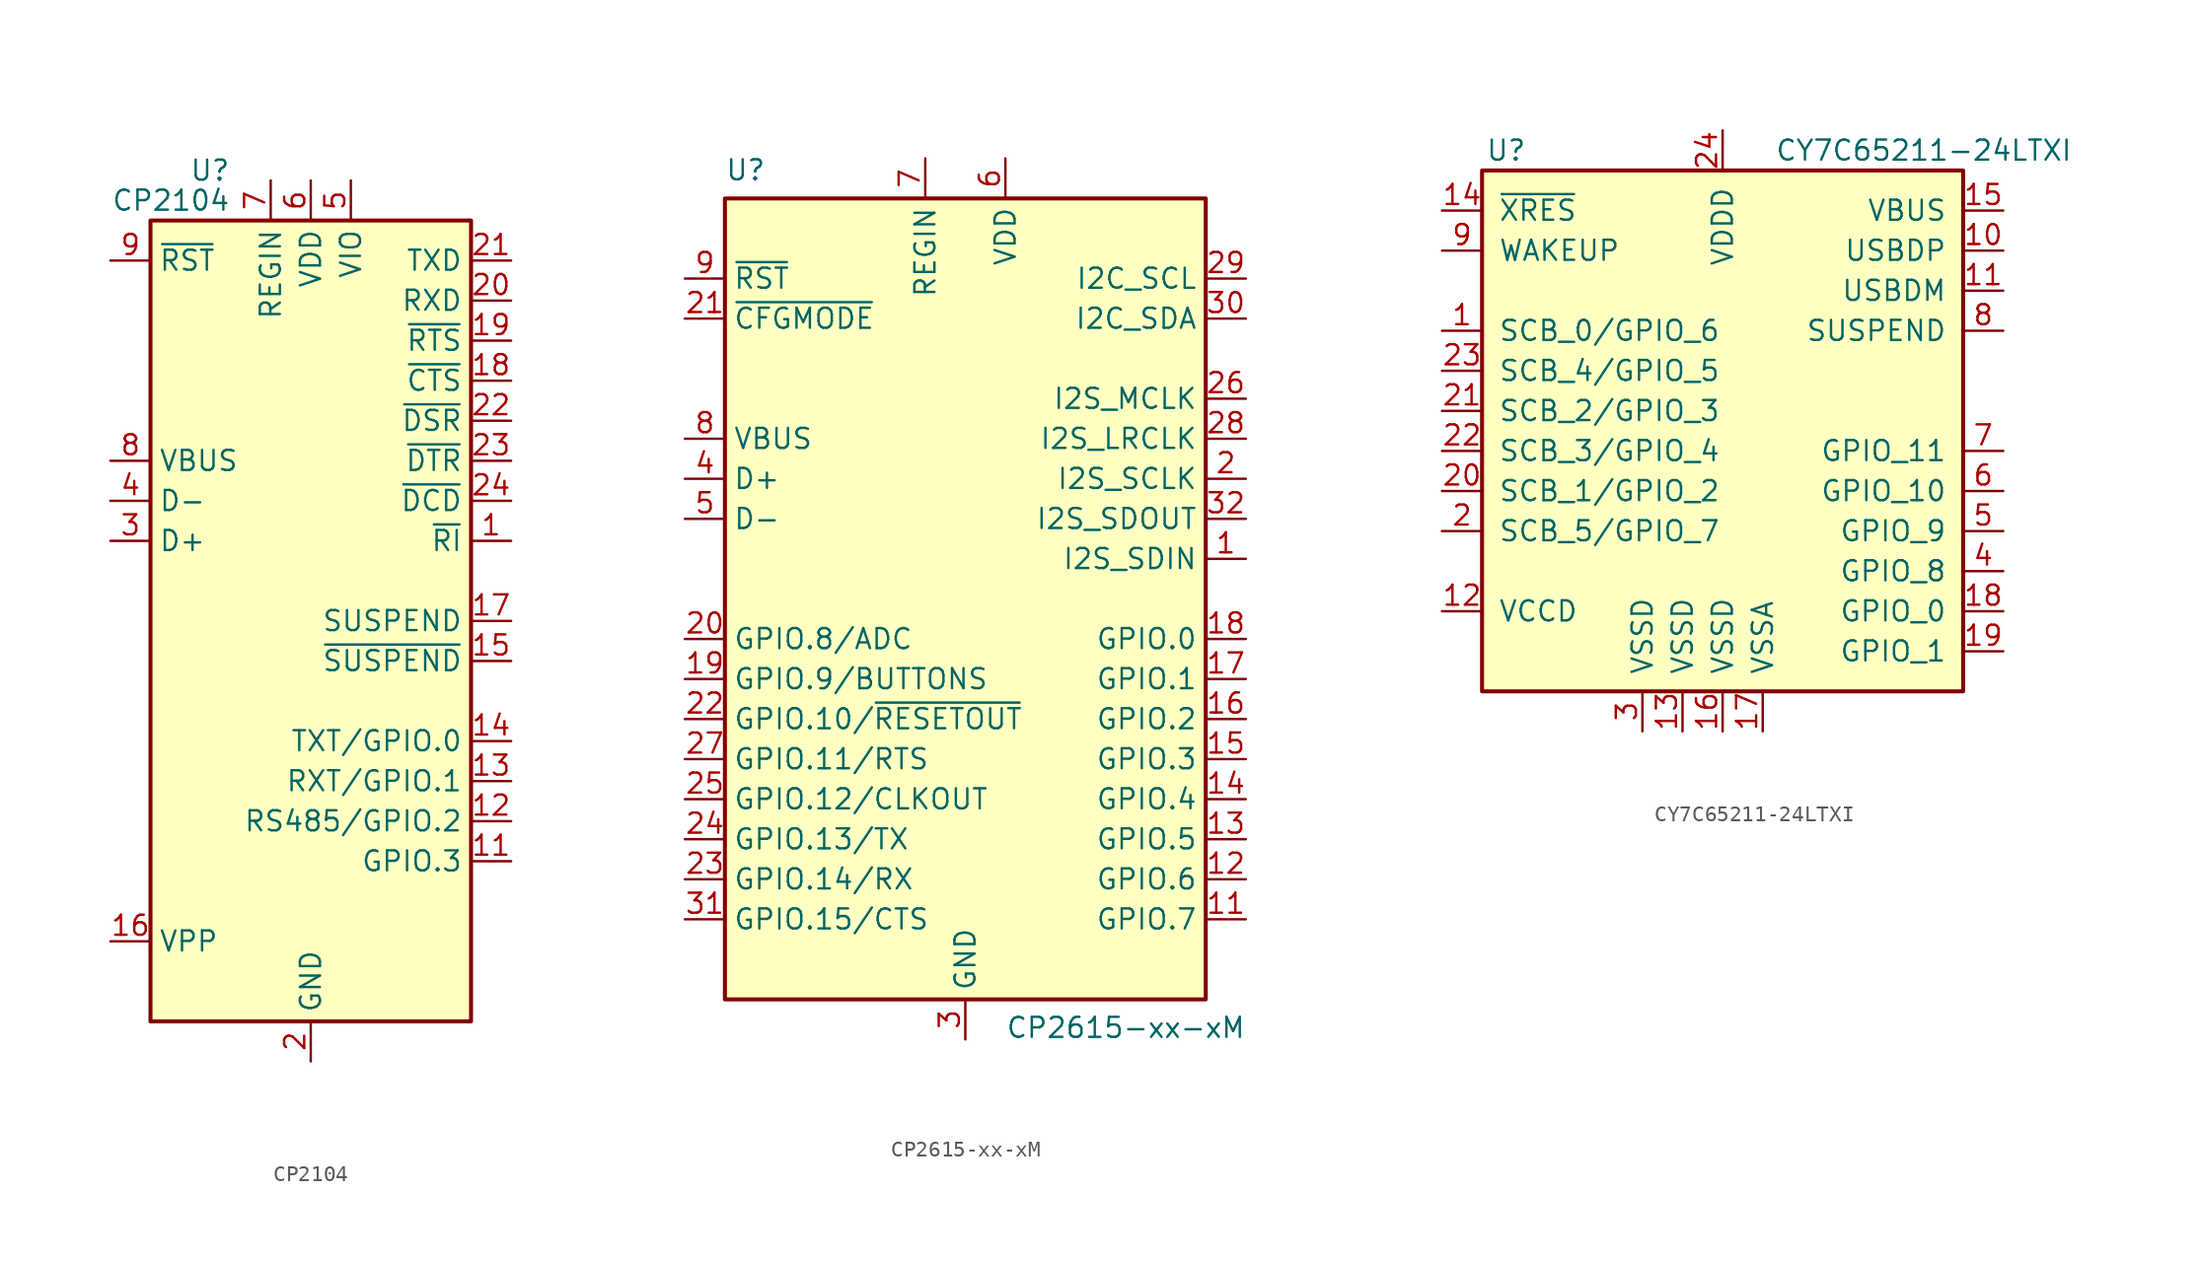
<source format=kicad_sym>
(kicad_symbol_lib
  (version 20201005)
  (generator kicad_symbol_editor)
  (symbol "CP2104"
    (property "Reference" "U"
      (at -5.08 28.575 0)
      (effects (font (size 1.27 1.27)) (justify right)))
    (property "Value" "CP2104"
      (at -5.08 26.67 0)
      (effects (font (size 1.27 1.27)) (justify right)))
    (symbol "CP2104_1_1"
      (rectangle (start -10.16 25.4) (end 10.16 -25.4) (stroke (width 0.254)) (fill (type background)))
      (pin input line (at 12.7 5.08 180) (length 2.54) (name "~RI" (effects (font (size 1.27 1.27)))) (number "1" (effects (font (size 1.27 1.27)))))
      (pin no_connect line (at 10.16 -20.32 180) (length 2.54) hide (name "NC" (effects (font (size 1.27 1.27)))) (number "10" (effects (font (size 1.27 1.27)))))
      (pin bidirectional line (at 12.7 -15.24 180) (length 2.54) (name "GPIO.3" (effects (font (size 1.27 1.27)))) (number "11" (effects (font (size 1.27 1.27)))))
      (pin bidirectional line (at 12.7 -12.7 180) (length 2.54) (name "RS485/GPIO.2" (effects (font (size 1.27 1.27)))) (number "12" (effects (font (size 1.27 1.27)))))
      (pin bidirectional line (at 12.7 -10.16 180) (length 2.54) (name "RXT/GPIO.1" (effects (font (size 1.27 1.27)))) (number "13" (effects (font (size 1.27 1.27)))))
      (pin bidirectional line (at 12.7 -7.62 180) (length 2.54) (name "TXT/GPIO.0" (effects (font (size 1.27 1.27)))) (number "14" (effects (font (size 1.27 1.27)))))
      (pin output line (at 12.7 -2.54 180) (length 2.54) (name "~SUSPEND" (effects (font (size 1.27 1.27)))) (number "15" (effects (font (size 1.27 1.27)))))
      (pin passive line (at -12.7 -20.32 0) (length 2.54) (name "VPP" (effects (font (size 1.27 1.27)))) (number "16" (effects (font (size 1.27 1.27)))))
      (pin output line (at 12.7 0 180) (length 2.54) (name "SUSPEND" (effects (font (size 1.27 1.27)))) (number "17" (effects (font (size 1.27 1.27)))))
      (pin input line (at 12.7 15.24 180) (length 2.54) (name "~CTS" (effects (font (size 1.27 1.27)))) (number "18" (effects (font (size 1.27 1.27)))))
      (pin output line (at 12.7 17.78 180) (length 2.54) (name "~RTS" (effects (font (size 1.27 1.27)))) (number "19" (effects (font (size 1.27 1.27)))))
      (pin power_in line (at 0 -27.94 90) (length 2.54) (name "GND" (effects (font (size 1.27 1.27)))) (number "2" (effects (font (size 1.27 1.27)))))
      (pin input line (at 12.7 20.32 180) (length 2.54) (name "RXD" (effects (font (size 1.27 1.27)))) (number "20" (effects (font (size 1.27 1.27)))))
      (pin output line (at 12.7 22.86 180) (length 2.54) (name "TXD" (effects (font (size 1.27 1.27)))) (number "21" (effects (font (size 1.27 1.27)))))
      (pin input line (at 12.7 12.7 180) (length 2.54) (name "~DSR" (effects (font (size 1.27 1.27)))) (number "22" (effects (font (size 1.27 1.27)))))
      (pin output line (at 12.7 10.16 180) (length 2.54) (name "~DTR" (effects (font (size 1.27 1.27)))) (number "23" (effects (font (size 1.27 1.27)))))
      (pin input line (at 12.7 7.62 180) (length 2.54) (name "~DCD" (effects (font (size 1.27 1.27)))) (number "24" (effects (font (size 1.27 1.27)))))
      (pin passive line (at 0 -27.94 90) (length 2.54) hide (name "GND" (effects (font (size 1.27 1.27)))) (number "25" (effects (font (size 1.27 1.27)))))
      (pin bidirectional line (at -12.7 5.08 0) (length 2.54) (name "D+" (effects (font (size 1.27 1.27)))) (number "3" (effects (font (size 1.27 1.27)))))
      (pin bidirectional line (at -12.7 7.62 0) (length 2.54) (name "D-" (effects (font (size 1.27 1.27)))) (number "4" (effects (font (size 1.27 1.27)))))
      (pin power_in line (at 2.54 27.94 270) (length 2.54) (name "VIO" (effects (font (size 1.27 1.27)))) (number "5" (effects (font (size 1.27 1.27)))))
      (pin power_in line (at 0 27.94 270) (length 2.54) (name "VDD" (effects (font (size 1.27 1.27)))) (number "6" (effects (font (size 1.27 1.27)))))
      (pin power_in line (at -2.54 27.94 270) (length 2.54) (name "REGIN" (effects (font (size 1.27 1.27)))) (number "7" (effects (font (size 1.27 1.27)))))
      (pin input line (at -12.7 10.16 0) (length 2.54) (name "VBUS" (effects (font (size 1.27 1.27)))) (number "8" (effects (font (size 1.27 1.27)))))
      (pin bidirectional line (at -12.7 22.86 0) (length 2.54) (name "~RST" (effects (font (size 1.27 1.27)))) (number "9" (effects (font (size 1.27 1.27)))))))
  (symbol "CP2615-xx-xM"
    (property "Reference" "U"
      (at -15.24 27.94 0)
      (effects (font (size 1.27 1.27)) (justify left top)))
    (property "Value" "CP2615-xx-xM"
      (at 2.54 -27.94 0)
      (effects (font (size 1.27 1.27)) (justify left bottom)))
    (symbol "CP2615-xx-xM_0_0"
      (pin input line (at 17.78 2.54 180) (length 2.54) (name "I2S_SDIN" (effects (font (size 1.27 1.27)))) (number "1" (effects (font (size 1.27 1.27)))))
      (pin no_connect line (at -15.24 15.24 0) (length 2.54) hide (name "NC" (effects (font (size 1.27 1.27)))) (number "10" (effects (font (size 1.27 1.27)))))
      (pin bidirectional line (at 17.78 -20.32 180) (length 2.54) (name "GPIO.7" (effects (font (size 1.27 1.27)))) (number "11" (effects (font (size 1.27 1.27)))))
      (pin bidirectional line (at 17.78 -17.78 180) (length 2.54) (name "GPIO.6" (effects (font (size 1.27 1.27)))) (number "12" (effects (font (size 1.27 1.27)))))
      (pin output line (at 17.78 7.62 180) (length 2.54) (name "I2S_SCLK" (effects (font (size 1.27 1.27)))) (number "2" (effects (font (size 1.27 1.27)))))
      (pin input line (at -17.78 17.78 0) (length 2.54) (name "~CFGMODE" (effects (font (size 1.27 1.27)))) (number "21" (effects (font (size 1.27 1.27)))))
      (pin bidirectional line (at -17.78 -7.62 0) (length 2.54) (name "GPIO.10/~RESETOUT" (effects (font (size 1.27 1.27)))) (number "22" (effects (font (size 1.27 1.27)))))
      (pin bidirectional line (at -17.78 -17.78 0) (length 2.54) (name "GPIO.14/RX" (effects (font (size 1.27 1.27)))) (number "23" (effects (font (size 1.27 1.27)))))
      (pin bidirectional line (at -17.78 -15.24 0) (length 2.54) (name "GPIO.13/TX" (effects (font (size 1.27 1.27)))) (number "24" (effects (font (size 1.27 1.27)))))
      (pin bidirectional line (at -17.78 -12.7 0) (length 2.54) (name "GPIO.12/CLKOUT" (effects (font (size 1.27 1.27)))) (number "25" (effects (font (size 1.27 1.27)))))
      (pin output line (at 17.78 12.7 180) (length 2.54) (name "I2S_MCLK" (effects (font (size 1.27 1.27)))) (number "26" (effects (font (size 1.27 1.27)))))
      (pin bidirectional line (at -17.78 -10.16 0) (length 2.54) (name "GPIO.11/RTS" (effects (font (size 1.27 1.27)))) (number "27" (effects (font (size 1.27 1.27)))))
      (pin output line (at 17.78 10.16 180) (length 2.54) (name "I2S_LRCLK" (effects (font (size 1.27 1.27)))) (number "28" (effects (font (size 1.27 1.27)))))
      (pin bidirectional line (at 17.78 20.32 180) (length 2.54) (name "I2C_SCL" (effects (font (size 1.27 1.27)))) (number "29" (effects (font (size 1.27 1.27)))))
      (pin power_in line (at 0 -27.94 90) (length 2.54) (name "GND" (effects (font (size 1.27 1.27)))) (number "3" (effects (font (size 1.27 1.27)))))
      (pin bidirectional line (at 17.78 17.78 180) (length 2.54) (name "I2C_SDA" (effects (font (size 1.27 1.27)))) (number "30" (effects (font (size 1.27 1.27)))))
      (pin bidirectional line (at -17.78 -20.32 0) (length 2.54) (name "GPIO.15/CTS" (effects (font (size 1.27 1.27)))) (number "31" (effects (font (size 1.27 1.27)))))
      (pin output line (at 17.78 5.08 180) (length 2.54) (name "I2S_SDOUT" (effects (font (size 1.27 1.27)))) (number "32" (effects (font (size 1.27 1.27)))))
      (pin bidirectional line (at -17.78 7.62 0) (length 2.54) (name "D+" (effects (font (size 1.27 1.27)))) (number "4" (effects (font (size 1.27 1.27)))))
      (pin bidirectional line (at -17.78 5.08 0) (length 2.54) (name "D-" (effects (font (size 1.27 1.27)))) (number "5" (effects (font (size 1.27 1.27)))))
      (pin power_in line (at 2.54 27.94 270) (length 2.54) (name "VDD" (effects (font (size 1.27 1.27)))) (number "6" (effects (font (size 1.27 1.27)))))
      (pin power_in line (at -2.54 27.94 270) (length 2.54) (name "REGIN" (effects (font (size 1.27 1.27)))) (number "7" (effects (font (size 1.27 1.27)))))
      (pin input line (at -17.78 10.16 0) (length 2.54) (name "VBUS" (effects (font (size 1.27 1.27)))) (number "8" (effects (font (size 1.27 1.27)))))
      (pin bidirectional line (at -17.78 20.32 0) (length 2.54) (name "~RST" (effects (font (size 1.27 1.27)))) (number "9" (effects (font (size 1.27 1.27))))))
    (symbol "CP2615-xx-xM_0_1"
      (rectangle (start -15.24 -25.4) (end 15.24 25.4) (stroke (width 0.254)) (fill (type background))))
    (symbol "CP2615-xx-xM_1_1"
      (pin bidirectional line (at 17.78 -15.24 180) (length 2.54) (name "GPIO.5" (effects (font (size 1.27 1.27)))) (number "13" (effects (font (size 1.27 1.27)))))
      (pin bidirectional line (at 17.78 -12.7 180) (length 2.54) (name "GPIO.4" (effects (font (size 1.27 1.27)))) (number "14" (effects (font (size 1.27 1.27)))))
      (pin bidirectional line (at 17.78 -10.16 180) (length 2.54) (name "GPIO.3" (effects (font (size 1.27 1.27)))) (number "15" (effects (font (size 1.27 1.27)))))
      (pin bidirectional line (at 17.78 -7.62 180) (length 2.54) (name "GPIO.2" (effects (font (size 1.27 1.27)))) (number "16" (effects (font (size 1.27 1.27)))))
      (pin bidirectional line (at 17.78 -5.08 180) (length 2.54) (name "GPIO.1" (effects (font (size 1.27 1.27)))) (number "17" (effects (font (size 1.27 1.27)))))
      (pin bidirectional line (at 17.78 -2.54 180) (length 2.54) (name "GPIO.0" (effects (font (size 1.27 1.27)))) (number "18" (effects (font (size 1.27 1.27)))))
      (pin bidirectional line (at -17.78 -5.08 0) (length 2.54) (name "GPIO.9/BUTTONS" (effects (font (size 1.27 1.27)))) (number "19" (effects (font (size 1.27 1.27)))))
      (pin bidirectional line (at -17.78 -2.54 0) (length 2.54) (name "GPIO.8/ADC" (effects (font (size 1.27 1.27)))) (number "20" (effects (font (size 1.27 1.27)))))
      (pin passive line (at 0 -27.94 90) (length 2.54) hide (name "GND" (effects (font (size 1.27 1.27)))) (number "33" (effects (font (size 1.27 1.27)))))))
  (symbol "CY7C65211-24LTXI"
    (pin_names
      (offset 1.016))
    (property "Reference" "U"
      (at -13.716 16.51 0)
      (effects (font (size 1.27 1.27))))
    (property "Value" "CY7C65211-24LTXI"
      (at 3.302 16.51 0)
      (effects (font (size 1.27 1.27)) (justify left)))
    (symbol "CY7C65211-24LTXI_0_1"
      (rectangle (start -15.24 15.24) (end 15.24 -17.78) (stroke (width 0.254)) (fill (type background))))
    (symbol "CY7C65211-24LTXI_1_1"
      (pin bidirectional line (at -17.78 5.08 0) (length 2.54) (name "SCB_0/GPIO_6" (effects (font (size 1.27 1.27)))) (number "1" (effects (font (size 1.27 1.27)))))
      (pin bidirectional line (at 17.78 10.16 180) (length 2.54) (name "USBDP" (effects (font (size 1.27 1.27)))) (number "10" (effects (font (size 1.27 1.27)))))
      (pin bidirectional line (at 17.78 7.62 180) (length 2.54) (name "USBDM" (effects (font (size 1.27 1.27)))) (number "11" (effects (font (size 1.27 1.27)))))
      (pin power_in line (at -17.78 -12.7 0) (length 2.54) (name "VCCD" (effects (font (size 1.27 1.27)))) (number "12" (effects (font (size 1.27 1.27)))))
      (pin power_in line (at -2.54 -20.32 90) (length 2.54) (name "VSSD" (effects (font (size 1.27 1.27)))) (number "13" (effects (font (size 1.27 1.27)))))
      (pin input line (at -17.78 12.7 0) (length 2.54) (name "~XRES" (effects (font (size 1.27 1.27)))) (number "14" (effects (font (size 1.27 1.27)))))
      (pin power_out line (at 17.78 12.7 180) (length 2.54) (name "VBUS" (effects (font (size 1.27 1.27)))) (number "15" (effects (font (size 1.27 1.27)))))
      (pin power_in line (at 0 -20.32 90) (length 2.54) (name "VSSD" (effects (font (size 1.27 1.27)))) (number "16" (effects (font (size 1.27 1.27)))))
      (pin power_in line (at 2.54 -20.32 90) (length 2.54) (name "VSSA" (effects (font (size 1.27 1.27)))) (number "17" (effects (font (size 1.27 1.27)))))
      (pin tri_state line (at 17.78 -12.7 180) (length 2.54) (name "GPIO_0" (effects (font (size 1.27 1.27)))) (number "18" (effects (font (size 1.27 1.27)))))
      (pin tri_state line (at 17.78 -15.24 180) (length 2.54) (name "GPIO_1" (effects (font (size 1.27 1.27)))) (number "19" (effects (font (size 1.27 1.27)))))
      (pin bidirectional line (at -17.78 -7.62 0) (length 2.54) (name "SCB_5/GPIO_7" (effects (font (size 1.27 1.27)))) (number "2" (effects (font (size 1.27 1.27)))))
      (pin bidirectional line (at -17.78 -5.08 0) (length 2.54) (name "SCB_1/GPIO_2" (effects (font (size 1.27 1.27)))) (number "20" (effects (font (size 1.27 1.27)))))
      (pin bidirectional line (at -17.78 0 0) (length 2.54) (name "SCB_2/GPIO_3" (effects (font (size 1.27 1.27)))) (number "21" (effects (font (size 1.27 1.27)))))
      (pin bidirectional line (at -17.78 -2.54 0) (length 2.54) (name "SCB_3/GPIO_4" (effects (font (size 1.27 1.27)))) (number "22" (effects (font (size 1.27 1.27)))))
      (pin bidirectional line (at -17.78 2.54 0) (length 2.54) (name "SCB_4/GPIO_5" (effects (font (size 1.27 1.27)))) (number "23" (effects (font (size 1.27 1.27)))))
      (pin power_in line (at 0 17.78 270) (length 2.54) (name "VDDD" (effects (font (size 1.27 1.27)))) (number "24" (effects (font (size 1.27 1.27)))))
      (pin no_connect line (at -15.24 -15.24 0) (length 2.54) hide (name "1EP" (effects (font (size 1.27 1.27)))) (number "25" (effects (font (size 1.27 1.27)))))
      (pin power_in line (at -5.08 -20.32 90) (length 2.54) (name "VSSD" (effects (font (size 1.27 1.27)))) (number "3" (effects (font (size 1.27 1.27)))))
      (pin tri_state line (at 17.78 -10.16 180) (length 2.54) (name "GPIO_8" (effects (font (size 1.27 1.27)))) (number "4" (effects (font (size 1.27 1.27)))))
      (pin tri_state line (at 17.78 -7.62 180) (length 2.54) (name "GPIO_9" (effects (font (size 1.27 1.27)))) (number "5" (effects (font (size 1.27 1.27)))))
      (pin tri_state line (at 17.78 -5.08 180) (length 2.54) (name "GPIO_10" (effects (font (size 1.27 1.27)))) (number "6" (effects (font (size 1.27 1.27)))))
      (pin tri_state line (at 17.78 -2.54 180) (length 2.54) (name "GPIO_11" (effects (font (size 1.27 1.27)))) (number "7" (effects (font (size 1.27 1.27)))))
      (pin output line (at 17.78 5.08 180) (length 2.54) (name "SUSPEND" (effects (font (size 1.27 1.27)))) (number "8" (effects (font (size 1.27 1.27)))))
      (pin input line (at -17.78 10.16 0) (length 2.54) (name "WAKEUP" (effects (font (size 1.27 1.27)))) (number "9" (effects (font (size 1.27 1.27))))))))
</source>
